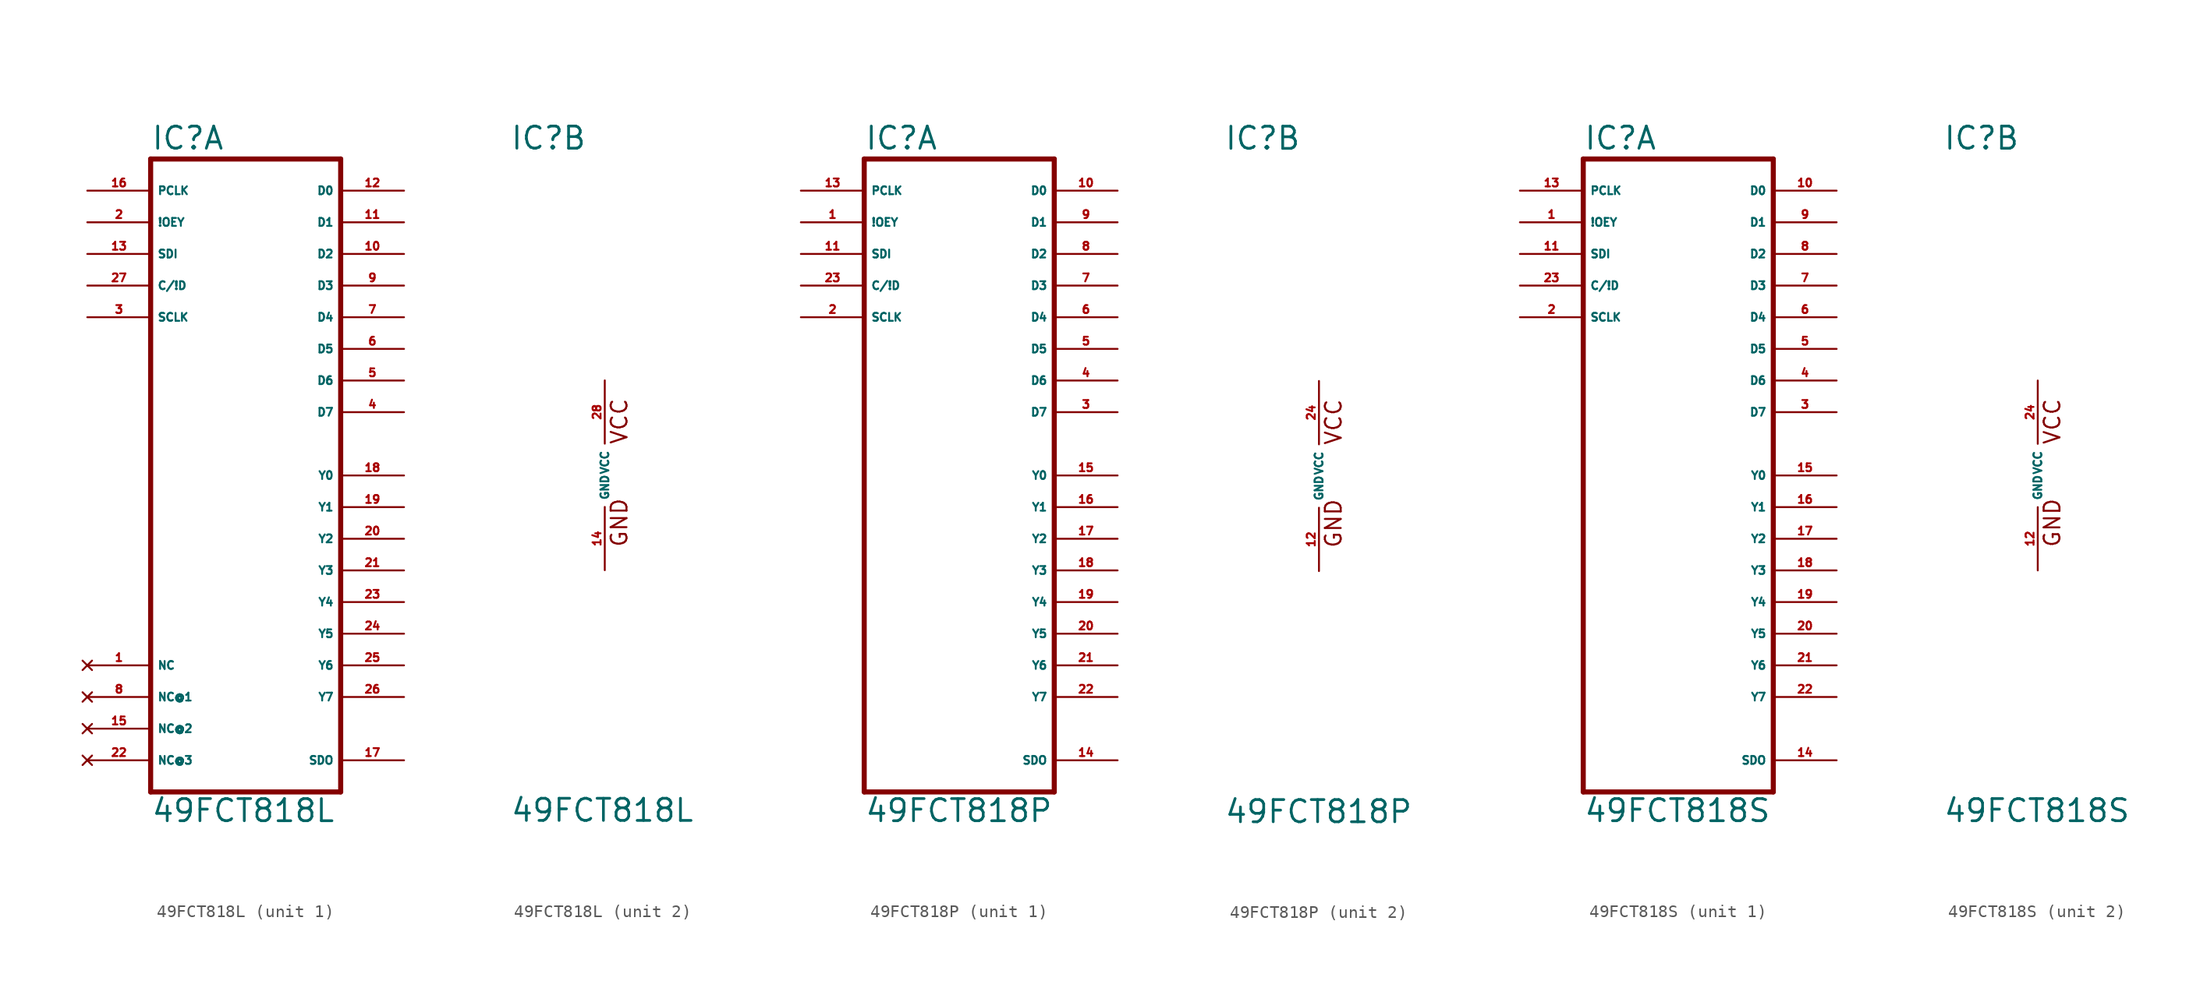
<source format=kicad_sym>
(kicad_symbol_lib
  (version 20220914)
  (generator Eagle2Kicad)
  (symbol "49FCT818L"
    (property "Reference" "IC"
      (at -7.62 26.035 0)
      (effects (font (size 1.778 1.778) (thickness 0.22)) (justify left bottom)))
    (property "Value" "49FCT818L"
      (at -7.62 -27.94 0)
      (effects (font (size 1.778 1.778) (thickness 0.22)) (justify left bottom)))
    (symbol "49FCT818L_1_0"
      (polyline (pts (xy 7.62 -25.4) (xy -7.62 -25.4)) (stroke (width 0.406) (type default)) (fill (type none)))
      (polyline (pts (xy -7.62 -25.4) (xy -7.62 25.4)) (stroke (width 0.406) (type default)) (fill (type none)))
      (polyline (pts (xy -7.62 25.4) (xy 7.62 25.4)) (stroke (width 0.406) (type default)) (fill (type none)))
      (polyline (pts (xy 7.62 25.4) (xy 7.62 -25.4)) (stroke (width 0.406) (type default)) (fill (type none)))
      (pin bidirectional line (at 12.7 22.86 180) (length 5.08) (name "D0" (effects (font (size 0.635 0.635) (thickness 0.08)) (justify left bottom))) (number "12" (effects (font (size 0.635 0.635) (thickness 0.08)) (justify left bottom))))
      (pin bidirectional line (at 12.7 20.32 180) (length 5.08) (name "D1" (effects (font (size 0.635 0.635) (thickness 0.08)) (justify left bottom))) (number "11" (effects (font (size 0.635 0.635) (thickness 0.08)) (justify left bottom))))
      (pin bidirectional line (at 12.7 17.78 180) (length 5.08) (name "D2" (effects (font (size 0.635 0.635) (thickness 0.08)) (justify left bottom))) (number "10" (effects (font (size 0.635 0.635) (thickness 0.08)) (justify left bottom))))
      (pin bidirectional line (at 12.7 15.24 180) (length 5.08) (name "D3" (effects (font (size 0.635 0.635) (thickness 0.08)) (justify left bottom))) (number "9" (effects (font (size 0.635 0.635) (thickness 0.08)) (justify left bottom))))
      (pin bidirectional line (at 12.7 12.7 180) (length 5.08) (name "D4" (effects (font (size 0.635 0.635) (thickness 0.08)) (justify left bottom))) (number "7" (effects (font (size 0.635 0.635) (thickness 0.08)) (justify left bottom))))
      (pin bidirectional line (at 12.7 10.16 180) (length 5.08) (name "D5" (effects (font (size 0.635 0.635) (thickness 0.08)) (justify left bottom))) (number "6" (effects (font (size 0.635 0.635) (thickness 0.08)) (justify left bottom))))
      (pin bidirectional line (at 12.7 7.62 180) (length 5.08) (name "D6" (effects (font (size 0.635 0.635) (thickness 0.08)) (justify left bottom))) (number "5" (effects (font (size 0.635 0.635) (thickness 0.08)) (justify left bottom))))
      (pin bidirectional line (at 12.7 5.08 180) (length 5.08) (name "D7" (effects (font (size 0.635 0.635) (thickness 0.08)) (justify left bottom))) (number "4" (effects (font (size 0.635 0.635) (thickness 0.08)) (justify left bottom))))
      (pin bidirectional line (at 12.7 0 180) (length 5.08) (name "Y0" (effects (font (size 0.635 0.635) (thickness 0.08)) (justify left bottom))) (number "18" (effects (font (size 0.635 0.635) (thickness 0.08)) (justify left bottom))))
      (pin bidirectional line (at 12.7 -2.54 180) (length 5.08) (name "Y1" (effects (font (size 0.635 0.635) (thickness 0.08)) (justify left bottom))) (number "19" (effects (font (size 0.635 0.635) (thickness 0.08)) (justify left bottom))))
      (pin bidirectional line (at 12.7 -5.08 180) (length 5.08) (name "Y2" (effects (font (size 0.635 0.635) (thickness 0.08)) (justify left bottom))) (number "20" (effects (font (size 0.635 0.635) (thickness 0.08)) (justify left bottom))))
      (pin bidirectional line (at 12.7 -7.62 180) (length 5.08) (name "Y3" (effects (font (size 0.635 0.635) (thickness 0.08)) (justify left bottom))) (number "21" (effects (font (size 0.635 0.635) (thickness 0.08)) (justify left bottom))))
      (pin bidirectional line (at 12.7 -10.16 180) (length 5.08) (name "Y4" (effects (font (size 0.635 0.635) (thickness 0.08)) (justify left bottom))) (number "23" (effects (font (size 0.635 0.635) (thickness 0.08)) (justify left bottom))))
      (pin bidirectional line (at 12.7 -12.7 180) (length 5.08) (name "Y5" (effects (font (size 0.635 0.635) (thickness 0.08)) (justify left bottom))) (number "24" (effects (font (size 0.635 0.635) (thickness 0.08)) (justify left bottom))))
      (pin bidirectional line (at 12.7 -15.24 180) (length 5.08) (name "Y6" (effects (font (size 0.635 0.635) (thickness 0.08)) (justify left bottom))) (number "25" (effects (font (size 0.635 0.635) (thickness 0.08)) (justify left bottom))))
      (pin bidirectional line (at 12.7 -17.78 180) (length 5.08) (name "Y7" (effects (font (size 0.635 0.635) (thickness 0.08)) (justify left bottom))) (number "26" (effects (font (size 0.635 0.635) (thickness 0.08)) (justify left bottom))))
      (pin output line (at 12.7 -22.86 180) (length 5.08) (name "SDO" (effects (font (size 0.635 0.635) (thickness 0.08)) (justify left bottom))) (number "17" (effects (font (size 0.635 0.635) (thickness 0.08)) (justify left bottom))))
      (pin input line (at -12.7 22.86 0) (length 5.08) (name "PCLK" (effects (font (size 0.635 0.635) (thickness 0.08)) (justify left bottom))) (number "16" (effects (font (size 0.635 0.635) (thickness 0.08)) (justify left bottom))))
      (pin input line (at -12.7 20.32 0) (length 5.08) (name "!OEY" (effects (font (size 0.635 0.635) (thickness 0.08)) (justify left bottom))) (number "2" (effects (font (size 0.635 0.635) (thickness 0.08)) (justify left bottom))))
      (pin input line (at -12.7 17.78 0) (length 5.08) (name "SDI" (effects (font (size 0.635 0.635) (thickness 0.08)) (justify left bottom))) (number "13" (effects (font (size 0.635 0.635) (thickness 0.08)) (justify left bottom))))
      (pin input line (at -12.7 15.24 0) (length 5.08) (name "C/!D" (effects (font (size 0.635 0.635) (thickness 0.08)) (justify left bottom))) (number "27" (effects (font (size 0.635 0.635) (thickness 0.08)) (justify left bottom))))
      (pin input line (at -12.7 12.7 0) (length 5.08) (name "SCLK" (effects (font (size 0.635 0.635) (thickness 0.08)) (justify left bottom))) (number "3" (effects (font (size 0.635 0.635) (thickness 0.08)) (justify left bottom))))
      (pin no_connect line (at -12.7 -22.86 0) (length 5.08) (name "NC@3" (effects (font (size 0.635 0.635) (thickness 0.08)) (justify left bottom) hide)) (number "22" (effects (font (size 0.635 0.635) (thickness 0.08)) (justify left bottom) hide)))
      (pin no_connect line (at -12.7 -20.32 0) (length 5.08) (name "NC@2" (effects (font (size 0.635 0.635) (thickness 0.08)) (justify left bottom) hide)) (number "15" (effects (font (size 0.635 0.635) (thickness 0.08)) (justify left bottom) hide)))
      (pin no_connect line (at -12.7 -17.78 0) (length 5.08) (name "NC@1" (effects (font (size 0.635 0.635) (thickness 0.08)) (justify left bottom) hide)) (number "8" (effects (font (size 0.635 0.635) (thickness 0.08)) (justify left bottom) hide)))
      (pin no_connect line (at -12.7 -15.24 0) (length 5.08) (name "NC" (effects (font (size 0.635 0.635) (thickness 0.08)) (justify left bottom) hide)) (number "1" (effects (font (size 0.635 0.635) (thickness 0.08)) (justify left bottom) hide))))
    (symbol "49FCT818L_2_0"
      (text "GND" (at 1.905 -5.842 900) (effects (font (size 1.27 1.27) (thickness 0.16)) (justify left bottom)))
      (text "VCC" (at 1.905 2.413 900) (effects (font (size 1.27 1.27) (thickness 0.16)) (justify left bottom)))
      (pin unspecified line (at 0 7.62 270) (length 5.08) (name "VCC" (effects (font (size 0.635 0.635) (thickness 0.08)) (justify left bottom))) (number "28" (effects (font (size 0.635 0.635) (thickness 0.08)) (justify left bottom))))
      (pin unspecified line (at 0 -7.62 90) (length 5.08) (name "GND" (effects (font (size 0.635 0.635) (thickness 0.08)) (justify left bottom))) (number "14" (effects (font (size 0.635 0.635) (thickness 0.08)) (justify left bottom))))))
  (symbol "49FCT818P"
    (property "Reference" "IC"
      (at -7.62 26.035 0)
      (effects (font (size 1.778 1.778) (thickness 0.22)) (justify left bottom)))
    (property "Value" "49FCT818P"
      (at -7.62 -27.94 0)
      (effects (font (size 1.778 1.778) (thickness 0.22)) (justify left bottom)))
    (symbol "49FCT818P_1_0"
      (polyline (pts (xy 7.62 -25.4) (xy -7.62 -25.4)) (stroke (width 0.406) (type default)) (fill (type none)))
      (polyline (pts (xy -7.62 -25.4) (xy -7.62 25.4)) (stroke (width 0.406) (type default)) (fill (type none)))
      (polyline (pts (xy -7.62 25.4) (xy 7.62 25.4)) (stroke (width 0.406) (type default)) (fill (type none)))
      (polyline (pts (xy 7.62 25.4) (xy 7.62 -25.4)) (stroke (width 0.406) (type default)) (fill (type none)))
      (pin bidirectional line (at 12.7 22.86 180) (length 5.08) (name "D0" (effects (font (size 0.635 0.635) (thickness 0.08)) (justify left bottom))) (number "10" (effects (font (size 0.635 0.635) (thickness 0.08)) (justify left bottom))))
      (pin bidirectional line (at 12.7 20.32 180) (length 5.08) (name "D1" (effects (font (size 0.635 0.635) (thickness 0.08)) (justify left bottom))) (number "9" (effects (font (size 0.635 0.635) (thickness 0.08)) (justify left bottom))))
      (pin bidirectional line (at 12.7 17.78 180) (length 5.08) (name "D2" (effects (font (size 0.635 0.635) (thickness 0.08)) (justify left bottom))) (number "8" (effects (font (size 0.635 0.635) (thickness 0.08)) (justify left bottom))))
      (pin bidirectional line (at 12.7 15.24 180) (length 5.08) (name "D3" (effects (font (size 0.635 0.635) (thickness 0.08)) (justify left bottom))) (number "7" (effects (font (size 0.635 0.635) (thickness 0.08)) (justify left bottom))))
      (pin bidirectional line (at 12.7 12.7 180) (length 5.08) (name "D4" (effects (font (size 0.635 0.635) (thickness 0.08)) (justify left bottom))) (number "6" (effects (font (size 0.635 0.635) (thickness 0.08)) (justify left bottom))))
      (pin bidirectional line (at 12.7 10.16 180) (length 5.08) (name "D5" (effects (font (size 0.635 0.635) (thickness 0.08)) (justify left bottom))) (number "5" (effects (font (size 0.635 0.635) (thickness 0.08)) (justify left bottom))))
      (pin bidirectional line (at 12.7 7.62 180) (length 5.08) (name "D6" (effects (font (size 0.635 0.635) (thickness 0.08)) (justify left bottom))) (number "4" (effects (font (size 0.635 0.635) (thickness 0.08)) (justify left bottom))))
      (pin bidirectional line (at 12.7 5.08 180) (length 5.08) (name "D7" (effects (font (size 0.635 0.635) (thickness 0.08)) (justify left bottom))) (number "3" (effects (font (size 0.635 0.635) (thickness 0.08)) (justify left bottom))))
      (pin bidirectional line (at 12.7 0 180) (length 5.08) (name "Y0" (effects (font (size 0.635 0.635) (thickness 0.08)) (justify left bottom))) (number "15" (effects (font (size 0.635 0.635) (thickness 0.08)) (justify left bottom))))
      (pin bidirectional line (at 12.7 -2.54 180) (length 5.08) (name "Y1" (effects (font (size 0.635 0.635) (thickness 0.08)) (justify left bottom))) (number "16" (effects (font (size 0.635 0.635) (thickness 0.08)) (justify left bottom))))
      (pin bidirectional line (at 12.7 -5.08 180) (length 5.08) (name "Y2" (effects (font (size 0.635 0.635) (thickness 0.08)) (justify left bottom))) (number "17" (effects (font (size 0.635 0.635) (thickness 0.08)) (justify left bottom))))
      (pin bidirectional line (at 12.7 -7.62 180) (length 5.08) (name "Y3" (effects (font (size 0.635 0.635) (thickness 0.08)) (justify left bottom))) (number "18" (effects (font (size 0.635 0.635) (thickness 0.08)) (justify left bottom))))
      (pin bidirectional line (at 12.7 -10.16 180) (length 5.08) (name "Y4" (effects (font (size 0.635 0.635) (thickness 0.08)) (justify left bottom))) (number "19" (effects (font (size 0.635 0.635) (thickness 0.08)) (justify left bottom))))
      (pin bidirectional line (at 12.7 -12.7 180) (length 5.08) (name "Y5" (effects (font (size 0.635 0.635) (thickness 0.08)) (justify left bottom))) (number "20" (effects (font (size 0.635 0.635) (thickness 0.08)) (justify left bottom))))
      (pin bidirectional line (at 12.7 -15.24 180) (length 5.08) (name "Y6" (effects (font (size 0.635 0.635) (thickness 0.08)) (justify left bottom))) (number "21" (effects (font (size 0.635 0.635) (thickness 0.08)) (justify left bottom))))
      (pin bidirectional line (at 12.7 -17.78 180) (length 5.08) (name "Y7" (effects (font (size 0.635 0.635) (thickness 0.08)) (justify left bottom))) (number "22" (effects (font (size 0.635 0.635) (thickness 0.08)) (justify left bottom))))
      (pin output line (at 12.7 -22.86 180) (length 5.08) (name "SDO" (effects (font (size 0.635 0.635) (thickness 0.08)) (justify left bottom))) (number "14" (effects (font (size 0.635 0.635) (thickness 0.08)) (justify left bottom))))
      (pin input line (at -12.7 22.86 0) (length 5.08) (name "PCLK" (effects (font (size 0.635 0.635) (thickness 0.08)) (justify left bottom))) (number "13" (effects (font (size 0.635 0.635) (thickness 0.08)) (justify left bottom))))
      (pin input line (at -12.7 20.32 0) (length 5.08) (name "!OEY" (effects (font (size 0.635 0.635) (thickness 0.08)) (justify left bottom))) (number "1" (effects (font (size 0.635 0.635) (thickness 0.08)) (justify left bottom))))
      (pin input line (at -12.7 17.78 0) (length 5.08) (name "SDI" (effects (font (size 0.635 0.635) (thickness 0.08)) (justify left bottom))) (number "11" (effects (font (size 0.635 0.635) (thickness 0.08)) (justify left bottom))))
      (pin input line (at -12.7 15.24 0) (length 5.08) (name "C/!D" (effects (font (size 0.635 0.635) (thickness 0.08)) (justify left bottom))) (number "23" (effects (font (size 0.635 0.635) (thickness 0.08)) (justify left bottom))))
      (pin input line (at -12.7 12.7 0) (length 5.08) (name "SCLK" (effects (font (size 0.635 0.635) (thickness 0.08)) (justify left bottom))) (number "2" (effects (font (size 0.635 0.635) (thickness 0.08)) (justify left bottom)))))
    (symbol "49FCT818P_2_0"
      (text "GND" (at 1.905 -5.842 900) (effects (font (size 1.27 1.27) (thickness 0.16)) (justify left bottom)))
      (text "VCC" (at 1.905 2.413 900) (effects (font (size 1.27 1.27) (thickness 0.16)) (justify left bottom)))
      (pin unspecified line (at 0 7.62 270) (length 5.08) (name "VCC" (effects (font (size 0.635 0.635) (thickness 0.08)) (justify left bottom))) (number "24" (effects (font (size 0.635 0.635) (thickness 0.08)) (justify left bottom))))
      (pin unspecified line (at 0 -7.62 90) (length 5.08) (name "GND" (effects (font (size 0.635 0.635) (thickness 0.08)) (justify left bottom))) (number "12" (effects (font (size 0.635 0.635) (thickness 0.08)) (justify left bottom))))))
  (symbol "49FCT818S"
    (property "Reference" "IC"
      (at -7.62 26.035 0)
      (effects (font (size 1.778 1.778) (thickness 0.22)) (justify left bottom)))
    (property "Value" "49FCT818S"
      (at -7.62 -27.94 0)
      (effects (font (size 1.778 1.778) (thickness 0.22)) (justify left bottom)))
    (symbol "49FCT818S_1_0"
      (polyline (pts (xy 7.62 -25.4) (xy -7.62 -25.4)) (stroke (width 0.406) (type default)) (fill (type none)))
      (polyline (pts (xy -7.62 -25.4) (xy -7.62 25.4)) (stroke (width 0.406) (type default)) (fill (type none)))
      (polyline (pts (xy -7.62 25.4) (xy 7.62 25.4)) (stroke (width 0.406) (type default)) (fill (type none)))
      (polyline (pts (xy 7.62 25.4) (xy 7.62 -25.4)) (stroke (width 0.406) (type default)) (fill (type none)))
      (pin bidirectional line (at 12.7 22.86 180) (length 5.08) (name "D0" (effects (font (size 0.635 0.635) (thickness 0.08)) (justify left bottom))) (number "10" (effects (font (size 0.635 0.635) (thickness 0.08)) (justify left bottom))))
      (pin bidirectional line (at 12.7 20.32 180) (length 5.08) (name "D1" (effects (font (size 0.635 0.635) (thickness 0.08)) (justify left bottom))) (number "9" (effects (font (size 0.635 0.635) (thickness 0.08)) (justify left bottom))))
      (pin bidirectional line (at 12.7 17.78 180) (length 5.08) (name "D2" (effects (font (size 0.635 0.635) (thickness 0.08)) (justify left bottom))) (number "8" (effects (font (size 0.635 0.635) (thickness 0.08)) (justify left bottom))))
      (pin bidirectional line (at 12.7 15.24 180) (length 5.08) (name "D3" (effects (font (size 0.635 0.635) (thickness 0.08)) (justify left bottom))) (number "7" (effects (font (size 0.635 0.635) (thickness 0.08)) (justify left bottom))))
      (pin bidirectional line (at 12.7 12.7 180) (length 5.08) (name "D4" (effects (font (size 0.635 0.635) (thickness 0.08)) (justify left bottom))) (number "6" (effects (font (size 0.635 0.635) (thickness 0.08)) (justify left bottom))))
      (pin bidirectional line (at 12.7 10.16 180) (length 5.08) (name "D5" (effects (font (size 0.635 0.635) (thickness 0.08)) (justify left bottom))) (number "5" (effects (font (size 0.635 0.635) (thickness 0.08)) (justify left bottom))))
      (pin bidirectional line (at 12.7 7.62 180) (length 5.08) (name "D6" (effects (font (size 0.635 0.635) (thickness 0.08)) (justify left bottom))) (number "4" (effects (font (size 0.635 0.635) (thickness 0.08)) (justify left bottom))))
      (pin bidirectional line (at 12.7 5.08 180) (length 5.08) (name "D7" (effects (font (size 0.635 0.635) (thickness 0.08)) (justify left bottom))) (number "3" (effects (font (size 0.635 0.635) (thickness 0.08)) (justify left bottom))))
      (pin bidirectional line (at 12.7 0 180) (length 5.08) (name "Y0" (effects (font (size 0.635 0.635) (thickness 0.08)) (justify left bottom))) (number "15" (effects (font (size 0.635 0.635) (thickness 0.08)) (justify left bottom))))
      (pin bidirectional line (at 12.7 -2.54 180) (length 5.08) (name "Y1" (effects (font (size 0.635 0.635) (thickness 0.08)) (justify left bottom))) (number "16" (effects (font (size 0.635 0.635) (thickness 0.08)) (justify left bottom))))
      (pin bidirectional line (at 12.7 -5.08 180) (length 5.08) (name "Y2" (effects (font (size 0.635 0.635) (thickness 0.08)) (justify left bottom))) (number "17" (effects (font (size 0.635 0.635) (thickness 0.08)) (justify left bottom))))
      (pin bidirectional line (at 12.7 -7.62 180) (length 5.08) (name "Y3" (effects (font (size 0.635 0.635) (thickness 0.08)) (justify left bottom))) (number "18" (effects (font (size 0.635 0.635) (thickness 0.08)) (justify left bottom))))
      (pin bidirectional line (at 12.7 -10.16 180) (length 5.08) (name "Y4" (effects (font (size 0.635 0.635) (thickness 0.08)) (justify left bottom))) (number "19" (effects (font (size 0.635 0.635) (thickness 0.08)) (justify left bottom))))
      (pin bidirectional line (at 12.7 -12.7 180) (length 5.08) (name "Y5" (effects (font (size 0.635 0.635) (thickness 0.08)) (justify left bottom))) (number "20" (effects (font (size 0.635 0.635) (thickness 0.08)) (justify left bottom))))
      (pin bidirectional line (at 12.7 -15.24 180) (length 5.08) (name "Y6" (effects (font (size 0.635 0.635) (thickness 0.08)) (justify left bottom))) (number "21" (effects (font (size 0.635 0.635) (thickness 0.08)) (justify left bottom))))
      (pin bidirectional line (at 12.7 -17.78 180) (length 5.08) (name "Y7" (effects (font (size 0.635 0.635) (thickness 0.08)) (justify left bottom))) (number "22" (effects (font (size 0.635 0.635) (thickness 0.08)) (justify left bottom))))
      (pin output line (at 12.7 -22.86 180) (length 5.08) (name "SDO" (effects (font (size 0.635 0.635) (thickness 0.08)) (justify left bottom))) (number "14" (effects (font (size 0.635 0.635) (thickness 0.08)) (justify left bottom))))
      (pin input line (at -12.7 22.86 0) (length 5.08) (name "PCLK" (effects (font (size 0.635 0.635) (thickness 0.08)) (justify left bottom))) (number "13" (effects (font (size 0.635 0.635) (thickness 0.08)) (justify left bottom))))
      (pin input line (at -12.7 20.32 0) (length 5.08) (name "!OEY" (effects (font (size 0.635 0.635) (thickness 0.08)) (justify left bottom))) (number "1" (effects (font (size 0.635 0.635) (thickness 0.08)) (justify left bottom))))
      (pin input line (at -12.7 17.78 0) (length 5.08) (name "SDI" (effects (font (size 0.635 0.635) (thickness 0.08)) (justify left bottom))) (number "11" (effects (font (size 0.635 0.635) (thickness 0.08)) (justify left bottom))))
      (pin input line (at -12.7 15.24 0) (length 5.08) (name "C/!D" (effects (font (size 0.635 0.635) (thickness 0.08)) (justify left bottom))) (number "23" (effects (font (size 0.635 0.635) (thickness 0.08)) (justify left bottom))))
      (pin input line (at -12.7 12.7 0) (length 5.08) (name "SCLK" (effects (font (size 0.635 0.635) (thickness 0.08)) (justify left bottom))) (number "2" (effects (font (size 0.635 0.635) (thickness 0.08)) (justify left bottom)))))
    (symbol "49FCT818S_2_0"
      (text "GND" (at 1.905 -5.842 900) (effects (font (size 1.27 1.27) (thickness 0.16)) (justify left bottom)))
      (text "VCC" (at 1.905 2.413 900) (effects (font (size 1.27 1.27) (thickness 0.16)) (justify left bottom)))
      (pin unspecified line (at 0 7.62 270) (length 5.08) (name "VCC" (effects (font (size 0.635 0.635) (thickness 0.08)) (justify left bottom))) (number "24" (effects (font (size 0.635 0.635) (thickness 0.08)) (justify left bottom))))
      (pin unspecified line (at 0 -7.62 90) (length 5.08) (name "GND" (effects (font (size 0.635 0.635) (thickness 0.08)) (justify left bottom))) (number "12" (effects (font (size 0.635 0.635) (thickness 0.08)) (justify left bottom)))))))
</source>
